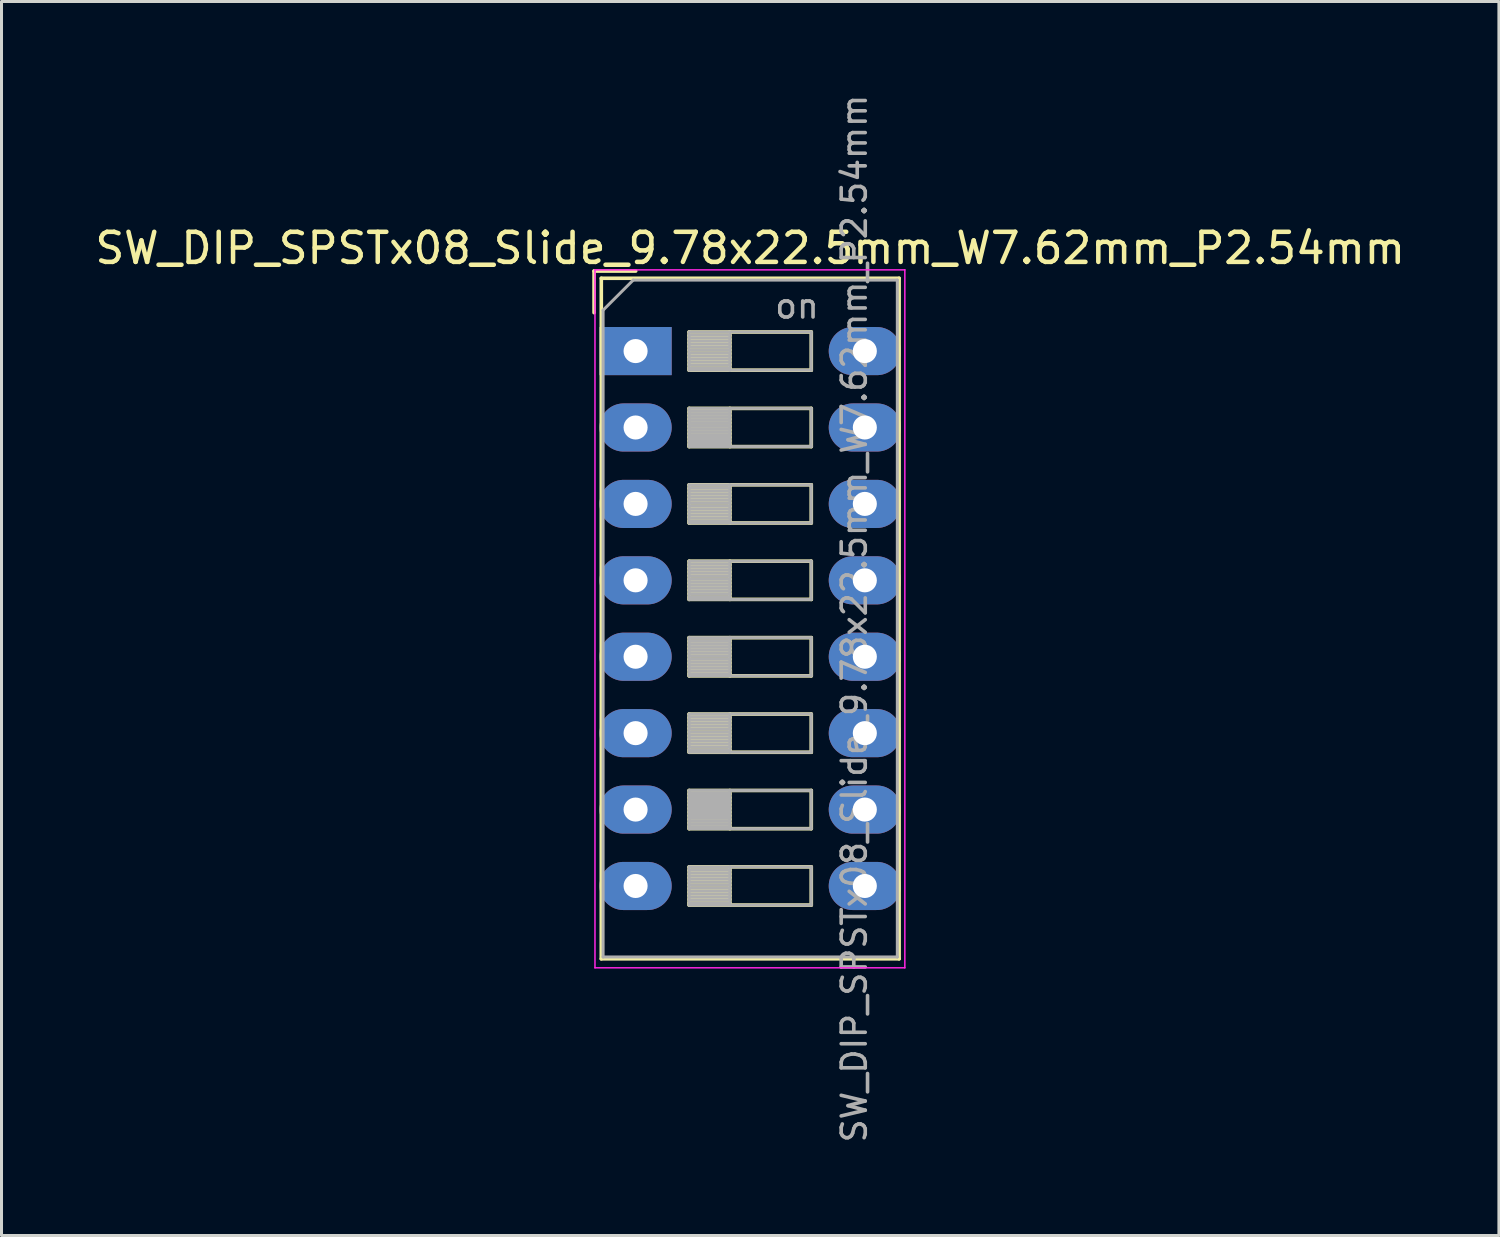
<source format=kicad_pcb>
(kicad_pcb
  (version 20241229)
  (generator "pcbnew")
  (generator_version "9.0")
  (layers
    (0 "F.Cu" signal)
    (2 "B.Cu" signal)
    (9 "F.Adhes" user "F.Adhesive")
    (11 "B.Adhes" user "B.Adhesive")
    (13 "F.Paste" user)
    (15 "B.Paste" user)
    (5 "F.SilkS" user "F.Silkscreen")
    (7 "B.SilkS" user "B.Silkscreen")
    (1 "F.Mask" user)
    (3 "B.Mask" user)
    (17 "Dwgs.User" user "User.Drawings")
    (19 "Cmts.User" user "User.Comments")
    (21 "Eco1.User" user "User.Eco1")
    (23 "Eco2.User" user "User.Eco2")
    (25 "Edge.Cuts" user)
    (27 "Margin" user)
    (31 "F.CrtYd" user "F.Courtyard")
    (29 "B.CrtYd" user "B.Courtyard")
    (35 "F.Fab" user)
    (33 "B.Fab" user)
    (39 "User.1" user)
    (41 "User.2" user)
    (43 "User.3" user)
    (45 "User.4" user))
  (footprint "SW_DIP_SPSTx08_Slide_9.78x22.5mm_W7.62mm_P2.54mm"
    (layer "F.Cu")
    (at 18.077 8.62)
    (property "Reference" "SW_DIP_SPSTx08_Slide_9.78x22.5mm_W7.62mm_P2.54mm" (at 3.81 -3.42 0) (layer "F.SilkS") (effects (font (size 1 1) (thickness 0.15))))
    (attr through_hole)
    (fp_line (start -1.38 -2.66) (end -1.38 -1.277) (stroke (width 0.12) (type solid)) (layer "F.SilkS"))
    (fp_line (start -1.38 -2.66) (end 0.004 -2.66) (stroke (width 0.12) (type solid)) (layer "F.SilkS"))
    (fp_line (start -1.14 -2.42) (end -1.14 20.201) (stroke (width 0.12) (type solid)) (layer "F.SilkS"))
    (fp_line (start -1.14 -2.42) (end 8.76 -2.42) (stroke (width 0.12) (type solid)) (layer "F.SilkS"))
    (fp_line (start -1.14 20.201) (end 8.76 20.201) (stroke (width 0.12) (type solid)) (layer "F.SilkS"))
    (fp_line (start 1.78 -0.635) (end 1.78 0.635) (stroke (width 0.12) (type solid)) (layer "F.SilkS"))
    (fp_line (start 1.78 -0.515) (end 3.133 -0.515) (stroke (width 0.12) (type solid)) (layer "F.SilkS"))
    (fp_line (start 1.78 -0.395) (end 3.133 -0.395) (stroke (width 0.12) (type solid)) (layer "F.SilkS"))
    (fp_line (start 1.78 -0.275) (end 3.133 -0.275) (stroke (width 0.12) (type solid)) (layer "F.SilkS"))
    (fp_line (start 1.78 -0.155) (end 3.133 -0.155) (stroke (width 0.12) (type solid)) (layer "F.SilkS"))
    (fp_line (start 1.78 -0.035) (end 3.133 -0.035) (stroke (width 0.12) (type solid)) (layer "F.SilkS"))
    (fp_line (start 1.78 0.085) (end 3.133 0.085) (stroke (width 0.12) (type solid)) (layer "F.SilkS"))
    (fp_line (start 1.78 0.205) (end 3.133 0.205) (stroke (width 0.12) (type solid)) (layer "F.SilkS"))
    (fp_line (start 1.78 0.325) (end 3.133 0.325) (stroke (width 0.12) (type solid)) (layer "F.SilkS"))
    (fp_line (start 1.78 0.445) (end 3.133 0.445) (stroke (width 0.12) (type solid)) (layer "F.SilkS"))
    (fp_line (start 1.78 0.565) (end 3.133 0.565) (stroke (width 0.12) (type solid)) (layer "F.SilkS"))
    (fp_line (start 1.78 0.635) (end 5.84 0.635) (stroke (width 0.12) (type solid)) (layer "F.SilkS"))
    (fp_line (start 1.78 1.905) (end 1.78 3.175) (stroke (width 0.12) (type solid)) (layer "F.SilkS"))
    (fp_line (start 1.78 2.025) (end 3.133 2.025) (stroke (width 0.12) (type solid)) (layer "F.SilkS"))
    (fp_line (start 1.78 2.145) (end 3.133 2.145) (stroke (width 0.12) (type solid)) (layer "F.SilkS"))
    (fp_line (start 1.78 2.265) (end 3.133 2.265) (stroke (width 0.12) (type solid)) (layer "F.SilkS"))
    (fp_line (start 1.78 2.385) (end 3.133 2.385) (stroke (width 0.12) (type solid)) (layer "F.SilkS"))
    (fp_line (start 1.78 2.505) (end 3.133 2.505) (stroke (width 0.12) (type solid)) (layer "F.SilkS"))
    (fp_line (start 1.78 2.625) (end 3.133 2.625) (stroke (width 0.12) (type solid)) (layer "F.SilkS"))
    (fp_line (start 1.78 2.745) (end 3.133 2.745) (stroke (width 0.12) (type solid)) (layer "F.SilkS"))
    (fp_line (start 1.78 2.865) (end 3.133 2.865) (stroke (width 0.12) (type solid)) (layer "F.SilkS"))
    (fp_line (start 1.78 2.985) (end 3.133 2.985) (stroke (width 0.12) (type solid)) (layer "F.SilkS"))
    (fp_line (start 1.78 3.105) (end 3.133 3.105) (stroke (width 0.12) (type solid)) (layer "F.SilkS"))
    (fp_line (start 1.78 3.175) (end 5.84 3.175) (stroke (width 0.12) (type solid)) (layer "F.SilkS"))
    (fp_line (start 1.78 4.445) (end 1.78 5.715) (stroke (width 0.12) (type solid)) (layer "F.SilkS"))
    (fp_line (start 1.78 4.565) (end 3.133 4.565) (stroke (width 0.12) (type solid)) (layer "F.SilkS"))
    (fp_line (start 1.78 4.685) (end 3.133 4.685) (stroke (width 0.12) (type solid)) (layer "F.SilkS"))
    (fp_line (start 1.78 4.805) (end 3.133 4.805) (stroke (width 0.12) (type solid)) (layer "F.SilkS"))
    (fp_line (start 1.78 4.925) (end 3.133 4.925) (stroke (width 0.12) (type solid)) (layer "F.SilkS"))
    (fp_line (start 1.78 5.045) (end 3.133 5.045) (stroke (width 0.12) (type solid)) (layer "F.SilkS"))
    (fp_line (start 1.78 5.165) (end 3.133 5.165) (stroke (width 0.12) (type solid)) (layer "F.SilkS"))
    (fp_line (start 1.78 5.285) (end 3.133 5.285) (stroke (width 0.12) (type solid)) (layer "F.SilkS"))
    (fp_line (start 1.78 5.405) (end 3.133 5.405) (stroke (width 0.12) (type solid)) (layer "F.SilkS"))
    (fp_line (start 1.78 5.525) (end 3.133 5.525) (stroke (width 0.12) (type solid)) (layer "F.SilkS"))
    (fp_line (start 1.78 5.645) (end 3.133 5.645) (stroke (width 0.12) (type solid)) (layer "F.SilkS"))
    (fp_line (start 1.78 5.715) (end 5.84 5.715) (stroke (width 0.12) (type solid)) (layer "F.SilkS"))
    (fp_line (start 1.78 6.985) (end 1.78 8.255) (stroke (width 0.12) (type solid)) (layer "F.SilkS"))
    (fp_line (start 1.78 7.105) (end 3.133 7.105) (stroke (width 0.12) (type solid)) (layer "F.SilkS"))
    (fp_line (start 1.78 7.225) (end 3.133 7.225) (stroke (width 0.12) (type solid)) (layer "F.SilkS"))
    (fp_line (start 1.78 7.345) (end 3.133 7.345) (stroke (width 0.12) (type solid)) (layer "F.SilkS"))
    (fp_line (start 1.78 7.465) (end 3.133 7.465) (stroke (width 0.12) (type solid)) (layer "F.SilkS"))
    (fp_line (start 1.78 7.585) (end 3.133 7.585) (stroke (width 0.12) (type solid)) (layer "F.SilkS"))
    (fp_line (start 1.78 7.705) (end 3.133 7.705) (stroke (width 0.12) (type solid)) (layer "F.SilkS"))
    (fp_line (start 1.78 7.825) (end 3.133 7.825) (stroke (width 0.12) (type solid)) (layer "F.SilkS"))
    (fp_line (start 1.78 7.945) (end 3.133 7.945) (stroke (width 0.12) (type solid)) (layer "F.SilkS"))
    (fp_line (start 1.78 8.065) (end 3.133 8.065) (stroke (width 0.12) (type solid)) (layer "F.SilkS"))
    (fp_line (start 1.78 8.185) (end 3.133 8.185) (stroke (width 0.12) (type solid)) (layer "F.SilkS"))
    (fp_line (start 1.78 8.255) (end 5.84 8.255) (stroke (width 0.12) (type solid)) (layer "F.SilkS"))
    (fp_line (start 1.78 9.525) (end 1.78 10.795) (stroke (width 0.12) (type solid)) (layer "F.SilkS"))
    (fp_line (start 1.78 9.645) (end 3.133 9.645) (stroke (width 0.12) (type solid)) (layer "F.SilkS"))
    (fp_line (start 1.78 9.765) (end 3.133 9.765) (stroke (width 0.12) (type solid)) (layer "F.SilkS"))
    (fp_line (start 1.78 9.885) (end 3.133 9.885) (stroke (width 0.12) (type solid)) (layer "F.SilkS"))
    (fp_line (start 1.78 10.005) (end 3.133 10.005) (stroke (width 0.12) (type solid)) (layer "F.SilkS"))
    (fp_line (start 1.78 10.125) (end 3.133 10.125) (stroke (width 0.12) (type solid)) (layer "F.SilkS"))
    (fp_line (start 1.78 10.245) (end 3.133 10.245) (stroke (width 0.12) (type solid)) (layer "F.SilkS"))
    (fp_line (start 1.78 10.365) (end 3.133 10.365) (stroke (width 0.12) (type solid)) (layer "F.SilkS"))
    (fp_line (start 1.78 10.485) (end 3.133 10.485) (stroke (width 0.12) (type solid)) (layer "F.SilkS"))
    (fp_line (start 1.78 10.605) (end 3.133 10.605) (stroke (width 0.12) (type solid)) (layer "F.SilkS"))
    (fp_line (start 1.78 10.725) (end 3.133 10.725) (stroke (width 0.12) (type solid)) (layer "F.SilkS"))
    (fp_line (start 1.78 10.795) (end 5.84 10.795) (stroke (width 0.12) (type solid)) (layer "F.SilkS"))
    (fp_line (start 1.78 12.065) (end 1.78 13.335) (stroke (width 0.12) (type solid)) (layer "F.SilkS"))
    (fp_line (start 1.78 12.185) (end 3.133 12.185) (stroke (width 0.12) (type solid)) (layer "F.SilkS"))
    (fp_line (start 1.78 12.305) (end 3.133 12.305) (stroke (width 0.12) (type solid)) (layer "F.SilkS"))
    (fp_line (start 1.78 12.425) (end 3.133 12.425) (stroke (width 0.12) (type solid)) (layer "F.SilkS"))
    (fp_line (start 1.78 12.545) (end 3.133 12.545) (stroke (width 0.12) (type solid)) (layer "F.SilkS"))
    (fp_line (start 1.78 12.665) (end 3.133 12.665) (stroke (width 0.12) (type solid)) (layer "F.SilkS"))
    (fp_line (start 1.78 12.785) (end 3.133 12.785) (stroke (width 0.12) (type solid)) (layer "F.SilkS"))
    (fp_line (start 1.78 12.905) (end 3.133 12.905) (stroke (width 0.12) (type solid)) (layer "F.SilkS"))
    (fp_line (start 1.78 13.025) (end 3.133 13.025) (stroke (width 0.12) (type solid)) (layer "F.SilkS"))
    (fp_line (start 1.78 13.145) (end 3.133 13.145) (stroke (width 0.12) (type solid)) (layer "F.SilkS"))
    (fp_line (start 1.78 13.265) (end 3.133 13.265) (stroke (width 0.12) (type solid)) (layer "F.SilkS"))
    (fp_line (start 1.78 13.335) (end 5.84 13.335) (stroke (width 0.12) (type solid)) (layer "F.SilkS"))
    (fp_line (start 1.78 14.605) (end 1.78 15.875) (stroke (width 0.12) (type solid)) (layer "F.SilkS"))
    (fp_line (start 1.78 14.725) (end 3.133 14.725) (stroke (width 0.12) (type solid)) (layer "F.SilkS"))
    (fp_line (start 1.78 14.845) (end 3.133 14.845) (stroke (width 0.12) (type solid)) (layer "F.SilkS"))
    (fp_line (start 1.78 14.965) (end 3.133 14.965) (stroke (width 0.12) (type solid)) (layer "F.SilkS"))
    (fp_line (start 1.78 15.085) (end 3.133 15.085) (stroke (width 0.12) (type solid)) (layer "F.SilkS"))
    (fp_line (start 1.78 15.205) (end 3.133 15.205) (stroke (width 0.12) (type solid)) (layer "F.SilkS"))
    (fp_line (start 1.78 15.325) (end 3.133 15.325) (stroke (width 0.12) (type solid)) (layer "F.SilkS"))
    (fp_line (start 1.78 15.445) (end 3.133 15.445) (stroke (width 0.12) (type solid)) (layer "F.SilkS"))
    (fp_line (start 1.78 15.565) (end 3.133 15.565) (stroke (width 0.12) (type solid)) (layer "F.SilkS"))
    (fp_line (start 1.78 15.685) (end 3.133 15.685) (stroke (width 0.12) (type solid)) (layer "F.SilkS"))
    (fp_line (start 1.78 15.805) (end 3.133 15.805) (stroke (width 0.12) (type solid)) (layer "F.SilkS"))
    (fp_line (start 1.78 15.875) (end 5.84 15.875) (stroke (width 0.12) (type solid)) (layer "F.SilkS"))
    (fp_line (start 1.78 17.145) (end 1.78 18.415) (stroke (width 0.12) (type solid)) (layer "F.SilkS"))
    (fp_line (start 1.78 17.265) (end 3.133 17.265) (stroke (width 0.12) (type solid)) (layer "F.SilkS"))
    (fp_line (start 1.78 17.385) (end 3.133 17.385) (stroke (width 0.12) (type solid)) (layer "F.SilkS"))
    (fp_line (start 1.78 17.505) (end 3.133 17.505) (stroke (width 0.12) (type solid)) (layer "F.SilkS"))
    (fp_line (start 1.78 17.625) (end 3.133 17.625) (stroke (width 0.12) (type solid)) (layer "F.SilkS"))
    (fp_line (start 1.78 17.745) (end 3.133 17.745) (stroke (width 0.12) (type solid)) (layer "F.SilkS"))
    (fp_line (start 1.78 17.865) (end 3.133 17.865) (stroke (width 0.12) (type solid)) (layer "F.SilkS"))
    (fp_line (start 1.78 17.985) (end 3.133 17.985) (stroke (width 0.12) (type solid)) (layer "F.SilkS"))
    (fp_line (start 1.78 18.105) (end 3.133 18.105) (stroke (width 0.12) (type solid)) (layer "F.SilkS"))
    (fp_line (start 1.78 18.225) (end 3.133 18.225) (stroke (width 0.12) (type solid)) (layer "F.SilkS"))
    (fp_line (start 1.78 18.345) (end 3.133 18.345) (stroke (width 0.12) (type solid)) (layer "F.SilkS"))
    (fp_line (start 1.78 18.415) (end 5.84 18.415) (stroke (width 0.12) (type solid)) (layer "F.SilkS"))
    (fp_line (start 3.133 -0.635) (end 3.133 0.635) (stroke (width 0.12) (type solid)) (layer "F.SilkS"))
    (fp_line (start 3.133 1.905) (end 3.133 3.175) (stroke (width 0.12) (type solid)) (layer "F.SilkS"))
    (fp_line (start 3.133 4.445) (end 3.133 5.715) (stroke (width 0.12) (type solid)) (layer "F.SilkS"))
    (fp_line (start 3.133 6.985) (end 3.133 8.255) (stroke (width 0.12) (type solid)) (layer "F.SilkS"))
    (fp_line (start 3.133 9.525) (end 3.133 10.795) (stroke (width 0.12) (type solid)) (layer "F.SilkS"))
    (fp_line (start 3.133 12.065) (end 3.133 13.335) (stroke (width 0.12) (type solid)) (layer "F.SilkS"))
    (fp_line (start 3.133 14.605) (end 3.133 15.875) (stroke (width 0.12) (type solid)) (layer "F.SilkS"))
    (fp_line (start 3.133 17.145) (end 3.133 18.415) (stroke (width 0.12) (type solid)) (layer "F.SilkS"))
    (fp_line (start 5.84 -0.635) (end 1.78 -0.635) (stroke (width 0.12) (type solid)) (layer "F.SilkS"))
    (fp_line (start 5.84 0.635) (end 5.84 -0.635) (stroke (width 0.12) (type solid)) (layer "F.SilkS"))
    (fp_line (start 5.84 1.905) (end 1.78 1.905) (stroke (width 0.12) (type solid)) (layer "F.SilkS"))
    (fp_line (start 5.84 3.175) (end 5.84 1.905) (stroke (width 0.12) (type solid)) (layer "F.SilkS"))
    (fp_line (start 5.84 4.445) (end 1.78 4.445) (stroke (width 0.12) (type solid)) (layer "F.SilkS"))
    (fp_line (start 5.84 5.715) (end 5.84 4.445) (stroke (width 0.12) (type solid)) (layer "F.SilkS"))
    (fp_line (start 5.84 6.985) (end 1.78 6.985) (stroke (width 0.12) (type solid)) (layer "F.SilkS"))
    (fp_line (start 5.84 8.255) (end 5.84 6.985) (stroke (width 0.12) (type solid)) (layer "F.SilkS"))
    (fp_line (start 5.84 9.525) (end 1.78 9.525) (stroke (width 0.12) (type solid)) (layer "F.SilkS"))
    (fp_line (start 5.84 10.795) (end 5.84 9.525) (stroke (width 0.12) (type solid)) (layer "F.SilkS"))
    (fp_line (start 5.84 12.065) (end 1.78 12.065) (stroke (width 0.12) (type solid)) (layer "F.SilkS"))
    (fp_line (start 5.84 13.335) (end 5.84 12.065) (stroke (width 0.12) (type solid)) (layer "F.SilkS"))
    (fp_line (start 5.84 14.605) (end 1.78 14.605) (stroke (width 0.12) (type solid)) (layer "F.SilkS"))
    (fp_line (start 5.84 15.875) (end 5.84 14.605) (stroke (width 0.12) (type solid)) (layer "F.SilkS"))
    (fp_line (start 5.84 17.145) (end 1.78 17.145) (stroke (width 0.12) (type solid)) (layer "F.SilkS"))
    (fp_line (start 5.84 18.415) (end 5.84 17.145) (stroke (width 0.12) (type solid)) (layer "F.SilkS"))
    (fp_line (start 8.76 -2.42) (end 8.76 20.201) (stroke (width 0.12) (type solid)) (layer "F.SilkS"))
    (fp_line (start -1.35 -2.7) (end -1.35 20.5) (stroke (width 0.05) (type solid)) (layer "F.CrtYd"))
    (fp_line (start -1.35 20.5) (end 8.95 20.5) (stroke (width 0.05) (type solid)) (layer "F.CrtYd"))
    (fp_line (start 8.95 -2.7) (end -1.35 -2.7) (stroke (width 0.05) (type solid)) (layer "F.CrtYd"))
    (fp_line (start 8.95 20.5) (end 8.95 -2.7) (stroke (width 0.05) (type solid)) (layer "F.CrtYd"))
    (fp_line (start -1.08 -1.36) (end -0.08 -2.36) (stroke (width 0.1) (type solid)) (layer "F.Fab"))
    (fp_line (start -1.08 20.14) (end -1.08 -1.36) (stroke (width 0.1) (type solid)) (layer "F.Fab"))
    (fp_line (start -0.08 -2.36) (end 8.7 -2.36) (stroke (width 0.1) (type solid)) (layer "F.Fab"))
    (fp_line (start 1.78 -0.635) (end 1.78 0.635) (stroke (width 0.1) (type solid)) (layer "F.Fab"))
    (fp_line (start 1.78 -0.535) (end 3.133 -0.535) (stroke (width 0.1) (type solid)) (layer "F.Fab"))
    (fp_line (start 1.78 -0.435) (end 3.133 -0.435) (stroke (width 0.1) (type solid)) (layer "F.Fab"))
    (fp_line (start 1.78 -0.335) (end 3.133 -0.335) (stroke (width 0.1) (type solid)) (layer "F.Fab"))
    (fp_line (start 1.78 -0.235) (end 3.133 -0.235) (stroke (width 0.1) (type solid)) (layer "F.Fab"))
    (fp_line (start 1.78 -0.135) (end 3.133 -0.135) (stroke (width 0.1) (type solid)) (layer "F.Fab"))
    (fp_line (start 1.78 -0.035) (end 3.133 -0.035) (stroke (width 0.1) (type solid)) (layer "F.Fab"))
    (fp_line (start 1.78 0.065) (end 3.133 0.065) (stroke (width 0.1) (type solid)) (layer "F.Fab"))
    (fp_line (start 1.78 0.165) (end 3.133 0.165) (stroke (width 0.1) (type solid)) (layer "F.Fab"))
    (fp_line (start 1.78 0.265) (end 3.133 0.265) (stroke (width 0.1) (type solid)) (layer "F.Fab"))
    (fp_line (start 1.78 0.365) (end 3.133 0.365) (stroke (width 0.1) (type solid)) (layer "F.Fab"))
    (fp_line (start 1.78 0.465) (end 3.133 0.465) (stroke (width 0.1) (type solid)) (layer "F.Fab"))
    (fp_line (start 1.78 0.565) (end 3.133 0.565) (stroke (width 0.1) (type solid)) (layer "F.Fab"))
    (fp_line (start 1.78 0.635) (end 5.84 0.635) (stroke (width 0.1) (type solid)) (layer "F.Fab"))
    (fp_line (start 1.78 1.905) (end 1.78 3.175) (stroke (width 0.1) (type solid)) (layer "F.Fab"))
    (fp_line (start 1.78 2.005) (end 3.133 2.005) (stroke (width 0.1) (type solid)) (layer "F.Fab"))
    (fp_line (start 1.78 2.105) (end 3.133 2.105) (stroke (width 0.1) (type solid)) (layer "F.Fab"))
    (fp_line (start 1.78 2.205) (end 3.133 2.205) (stroke (width 0.1) (type solid)) (layer "F.Fab"))
    (fp_line (start 1.78 2.305) (end 3.133 2.305) (stroke (width 0.1) (type solid)) (layer "F.Fab"))
    (fp_line (start 1.78 2.405) (end 3.133 2.405) (stroke (width 0.1) (type solid)) (layer "F.Fab"))
    (fp_line (start 1.78 2.505) (end 3.133 2.505) (stroke (width 0.1) (type solid)) (layer "F.Fab"))
    (fp_line (start 1.78 2.605) (end 3.133 2.605) (stroke (width 0.1) (type solid)) (layer "F.Fab"))
    (fp_line (start 1.78 2.705) (end 3.133 2.705) (stroke (width 0.1) (type solid)) (layer "F.Fab"))
    (fp_line (start 1.78 2.805) (end 3.133 2.805) (stroke (width 0.1) (type solid)) (layer "F.Fab"))
    (fp_line (start 1.78 2.905) (end 3.133 2.905) (stroke (width 0.1) (type solid)) (layer "F.Fab"))
    (fp_line (start 1.78 3.005) (end 3.133 3.005) (stroke (width 0.1) (type solid)) (layer "F.Fab"))
    (fp_line (start 1.78 3.105) (end 3.133 3.105) (stroke (width 0.1) (type solid)) (layer "F.Fab"))
    (fp_line (start 1.78 3.175) (end 5.84 3.175) (stroke (width 0.1) (type solid)) (layer "F.Fab"))
    (fp_line (start 1.78 4.445) (end 1.78 5.715) (stroke (width 0.1) (type solid)) (layer "F.Fab"))
    (fp_line (start 1.78 4.545) (end 3.133 4.545) (stroke (width 0.1) (type solid)) (layer "F.Fab"))
    (fp_line (start 1.78 4.645) (end 3.133 4.645) (stroke (width 0.1) (type solid)) (layer "F.Fab"))
    (fp_line (start 1.78 4.745) (end 3.133 4.745) (stroke (width 0.1) (type solid)) (layer "F.Fab"))
    (fp_line (start 1.78 4.845) (end 3.133 4.845) (stroke (width 0.1) (type solid)) (layer "F.Fab"))
    (fp_line (start 1.78 4.945) (end 3.133 4.945) (stroke (width 0.1) (type solid)) (layer "F.Fab"))
    (fp_line (start 1.78 5.045) (end 3.133 5.045) (stroke (width 0.1) (type solid)) (layer "F.Fab"))
    (fp_line (start 1.78 5.145) (end 3.133 5.145) (stroke (width 0.1) (type solid)) (layer "F.Fab"))
    (fp_line (start 1.78 5.245) (end 3.133 5.245) (stroke (width 0.1) (type solid)) (layer "F.Fab"))
    (fp_line (start 1.78 5.345) (end 3.133 5.345) (stroke (width 0.1) (type solid)) (layer "F.Fab"))
    (fp_line (start 1.78 5.445) (end 3.133 5.445) (stroke (width 0.1) (type solid)) (layer "F.Fab"))
    (fp_line (start 1.78 5.545) (end 3.133 5.545) (stroke (width 0.1) (type solid)) (layer "F.Fab"))
    (fp_line (start 1.78 5.645) (end 3.133 5.645) (stroke (width 0.1) (type solid)) (layer "F.Fab"))
    (fp_line (start 1.78 5.715) (end 5.84 5.715) (stroke (width 0.1) (type solid)) (layer "F.Fab"))
    (fp_line (start 1.78 6.985) (end 1.78 8.255) (stroke (width 0.1) (type solid)) (layer "F.Fab"))
    (fp_line (start 1.78 7.085) (end 3.133 7.085) (stroke (width 0.1) (type solid)) (layer "F.Fab"))
    (fp_line (start 1.78 7.185) (end 3.133 7.185) (stroke (width 0.1) (type solid)) (layer "F.Fab"))
    (fp_line (start 1.78 7.285) (end 3.133 7.285) (stroke (width 0.1) (type solid)) (layer "F.Fab"))
    (fp_line (start 1.78 7.385) (end 3.133 7.385) (stroke (width 0.1) (type solid)) (layer "F.Fab"))
    (fp_line (start 1.78 7.485) (end 3.133 7.485) (stroke (width 0.1) (type solid)) (layer "F.Fab"))
    (fp_line (start 1.78 7.585) (end 3.133 7.585) (stroke (width 0.1) (type solid)) (layer "F.Fab"))
    (fp_line (start 1.78 7.685) (end 3.133 7.685) (stroke (width 0.1) (type solid)) (layer "F.Fab"))
    (fp_line (start 1.78 7.785) (end 3.133 7.785) (stroke (width 0.1) (type solid)) (layer "F.Fab"))
    (fp_line (start 1.78 7.885) (end 3.133 7.885) (stroke (width 0.1) (type solid)) (layer "F.Fab"))
    (fp_line (start 1.78 7.985) (end 3.133 7.985) (stroke (width 0.1) (type solid)) (layer "F.Fab"))
    (fp_line (start 1.78 8.085) (end 3.133 8.085) (stroke (width 0.1) (type solid)) (layer "F.Fab"))
    (fp_line (start 1.78 8.185) (end 3.133 8.185) (stroke (width 0.1) (type solid)) (layer "F.Fab"))
    (fp_line (start 1.78 8.255) (end 5.84 8.255) (stroke (width 0.1) (type solid)) (layer "F.Fab"))
    (fp_line (start 1.78 9.525) (end 1.78 10.795) (stroke (width 0.1) (type solid)) (layer "F.Fab"))
    (fp_line (start 1.78 9.625) (end 3.133 9.625) (stroke (width 0.1) (type solid)) (layer "F.Fab"))
    (fp_line (start 1.78 9.725) (end 3.133 9.725) (stroke (width 0.1) (type solid)) (layer "F.Fab"))
    (fp_line (start 1.78 9.825) (end 3.133 9.825) (stroke (width 0.1) (type solid)) (layer "F.Fab"))
    (fp_line (start 1.78 9.925) (end 3.133 9.925) (stroke (width 0.1) (type solid)) (layer "F.Fab"))
    (fp_line (start 1.78 10.025) (end 3.133 10.025) (stroke (width 0.1) (type solid)) (layer "F.Fab"))
    (fp_line (start 1.78 10.125) (end 3.133 10.125) (stroke (width 0.1) (type solid)) (layer "F.Fab"))
    (fp_line (start 1.78 10.225) (end 3.133 10.225) (stroke (width 0.1) (type solid)) (layer "F.Fab"))
    (fp_line (start 1.78 10.325) (end 3.133 10.325) (stroke (width 0.1) (type solid)) (layer "F.Fab"))
    (fp_line (start 1.78 10.425) (end 3.133 10.425) (stroke (width 0.1) (type solid)) (layer "F.Fab"))
    (fp_line (start 1.78 10.525) (end 3.133 10.525) (stroke (width 0.1) (type solid)) (layer "F.Fab"))
    (fp_line (start 1.78 10.625) (end 3.133 10.625) (stroke (width 0.1) (type solid)) (layer "F.Fab"))
    (fp_line (start 1.78 10.725) (end 3.133 10.725) (stroke (width 0.1) (type solid)) (layer "F.Fab"))
    (fp_line (start 1.78 10.795) (end 5.84 10.795) (stroke (width 0.1) (type solid)) (layer "F.Fab"))
    (fp_line (start 1.78 12.065) (end 1.78 13.335) (stroke (width 0.1) (type solid)) (layer "F.Fab"))
    (fp_line (start 1.78 12.165) (end 3.133 12.165) (stroke (width 0.1) (type solid)) (layer "F.Fab"))
    (fp_line (start 1.78 12.265) (end 3.133 12.265) (stroke (width 0.1) (type solid)) (layer "F.Fab"))
    (fp_line (start 1.78 12.365) (end 3.133 12.365) (stroke (width 0.1) (type solid)) (layer "F.Fab"))
    (fp_line (start 1.78 12.465) (end 3.133 12.465) (stroke (width 0.1) (type solid)) (layer "F.Fab"))
    (fp_line (start 1.78 12.565) (end 3.133 12.565) (stroke (width 0.1) (type solid)) (layer "F.Fab"))
    (fp_line (start 1.78 12.665) (end 3.133 12.665) (stroke (width 0.1) (type solid)) (layer "F.Fab"))
    (fp_line (start 1.78 12.765) (end 3.133 12.765) (stroke (width 0.1) (type solid)) (layer "F.Fab"))
    (fp_line (start 1.78 12.865) (end 3.133 12.865) (stroke (width 0.1) (type solid)) (layer "F.Fab"))
    (fp_line (start 1.78 12.965) (end 3.133 12.965) (stroke (width 0.1) (type solid)) (layer "F.Fab"))
    (fp_line (start 1.78 13.065) (end 3.133 13.065) (stroke (width 0.1) (type solid)) (layer "F.Fab"))
    (fp_line (start 1.78 13.165) (end 3.133 13.165) (stroke (width 0.1) (type solid)) (layer "F.Fab"))
    (fp_line (start 1.78 13.265) (end 3.133 13.265) (stroke (width 0.1) (type solid)) (layer "F.Fab"))
    (fp_line (start 1.78 13.335) (end 5.84 13.335) (stroke (width 0.1) (type solid)) (layer "F.Fab"))
    (fp_line (start 1.78 14.605) (end 1.78 15.875) (stroke (width 0.1) (type solid)) (layer "F.Fab"))
    (fp_line (start 1.78 14.705) (end 3.133 14.705) (stroke (width 0.1) (type solid)) (layer "F.Fab"))
    (fp_line (start 1.78 14.805) (end 3.133 14.805) (stroke (width 0.1) (type solid)) (layer "F.Fab"))
    (fp_line (start 1.78 14.905) (end 3.133 14.905) (stroke (width 0.1) (type solid)) (layer "F.Fab"))
    (fp_line (start 1.78 15.005) (end 3.133 15.005) (stroke (width 0.1) (type solid)) (layer "F.Fab"))
    (fp_line (start 1.78 15.105) (end 3.133 15.105) (stroke (width 0.1) (type solid)) (layer "F.Fab"))
    (fp_line (start 1.78 15.205) (end 3.133 15.205) (stroke (width 0.1) (type solid)) (layer "F.Fab"))
    (fp_line (start 1.78 15.305) (end 3.133 15.305) (stroke (width 0.1) (type solid)) (layer "F.Fab"))
    (fp_line (start 1.78 15.405) (end 3.133 15.405) (stroke (width 0.1) (type solid)) (layer "F.Fab"))
    (fp_line (start 1.78 15.505) (end 3.133 15.505) (stroke (width 0.1) (type solid)) (layer "F.Fab"))
    (fp_line (start 1.78 15.605) (end 3.133 15.605) (stroke (width 0.1) (type solid)) (layer "F.Fab"))
    (fp_line (start 1.78 15.705) (end 3.133 15.705) (stroke (width 0.1) (type solid)) (layer "F.Fab"))
    (fp_line (start 1.78 15.805) (end 3.133 15.805) (stroke (width 0.1) (type solid)) (layer "F.Fab"))
    (fp_line (start 1.78 15.875) (end 5.84 15.875) (stroke (width 0.1) (type solid)) (layer "F.Fab"))
    (fp_line (start 1.78 17.145) (end 1.78 18.415) (stroke (width 0.1) (type solid)) (layer "F.Fab"))
    (fp_line (start 1.78 17.245) (end 3.133 17.245) (stroke (width 0.1) (type solid)) (layer "F.Fab"))
    (fp_line (start 1.78 17.345) (end 3.133 17.345) (stroke (width 0.1) (type solid)) (layer "F.Fab"))
    (fp_line (start 1.78 17.445) (end 3.133 17.445) (stroke (width 0.1) (type solid)) (layer "F.Fab"))
    (fp_line (start 1.78 17.545) (end 3.133 17.545) (stroke (width 0.1) (type solid)) (layer "F.Fab"))
    (fp_line (start 1.78 17.645) (end 3.133 17.645) (stroke (width 0.1) (type solid)) (layer "F.Fab"))
    (fp_line (start 1.78 17.745) (end 3.133 17.745) (stroke (width 0.1) (type solid)) (layer "F.Fab"))
    (fp_line (start 1.78 17.845) (end 3.133 17.845) (stroke (width 0.1) (type solid)) (layer "F.Fab"))
    (fp_line (start 1.78 17.945) (end 3.133 17.945) (stroke (width 0.1) (type solid)) (layer "F.Fab"))
    (fp_line (start 1.78 18.045) (end 3.133 18.045) (stroke (width 0.1) (type solid)) (layer "F.Fab"))
    (fp_line (start 1.78 18.145) (end 3.133 18.145) (stroke (width 0.1) (type solid)) (layer "F.Fab"))
    (fp_line (start 1.78 18.245) (end 3.133 18.245) (stroke (width 0.1) (type solid)) (layer "F.Fab"))
    (fp_line (start 1.78 18.345) (end 3.133 18.345) (stroke (width 0.1) (type solid)) (layer "F.Fab"))
    (fp_line (start 1.78 18.415) (end 5.84 18.415) (stroke (width 0.1) (type solid)) (layer "F.Fab"))
    (fp_line (start 3.133 -0.635) (end 3.133 0.635) (stroke (width 0.1) (type solid)) (layer "F.Fab"))
    (fp_line (start 3.133 1.905) (end 3.133 3.175) (stroke (width 0.1) (type solid)) (layer "F.Fab"))
    (fp_line (start 3.133 4.445) (end 3.133 5.715) (stroke (width 0.1) (type solid)) (layer "F.Fab"))
    (fp_line (start 3.133 6.985) (end 3.133 8.255) (stroke (width 0.1) (type solid)) (layer "F.Fab"))
    (fp_line (start 3.133 9.525) (end 3.133 10.795) (stroke (width 0.1) (type solid)) (layer "F.Fab"))
    (fp_line (start 3.133 12.065) (end 3.133 13.335) (stroke (width 0.1) (type solid)) (layer "F.Fab"))
    (fp_line (start 3.133 14.605) (end 3.133 15.875) (stroke (width 0.1) (type solid)) (layer "F.Fab"))
    (fp_line (start 3.133 17.145) (end 3.133 18.415) (stroke (width 0.1) (type solid)) (layer "F.Fab"))
    (fp_line (start 5.84 -0.635) (end 1.78 -0.635) (stroke (width 0.1) (type solid)) (layer "F.Fab"))
    (fp_line (start 5.84 0.635) (end 5.84 -0.635) (stroke (width 0.1) (type solid)) (layer "F.Fab"))
    (fp_line (start 5.84 1.905) (end 1.78 1.905) (stroke (width 0.1) (type solid)) (layer "F.Fab"))
    (fp_line (start 5.84 3.175) (end 5.84 1.905) (stroke (width 0.1) (type solid)) (layer "F.Fab"))
    (fp_line (start 5.84 4.445) (end 1.78 4.445) (stroke (width 0.1) (type solid)) (layer "F.Fab"))
    (fp_line (start 5.84 5.715) (end 5.84 4.445) (stroke (width 0.1) (type solid)) (layer "F.Fab"))
    (fp_line (start 5.84 6.985) (end 1.78 6.985) (stroke (width 0.1) (type solid)) (layer "F.Fab"))
    (fp_line (start 5.84 8.255) (end 5.84 6.985) (stroke (width 0.1) (type solid)) (layer "F.Fab"))
    (fp_line (start 5.84 9.525) (end 1.78 9.525) (stroke (width 0.1) (type solid)) (layer "F.Fab"))
    (fp_line (start 5.84 10.795) (end 5.84 9.525) (stroke (width 0.1) (type solid)) (layer "F.Fab"))
    (fp_line (start 5.84 12.065) (end 1.78 12.065) (stroke (width 0.1) (type solid)) (layer "F.Fab"))
    (fp_line (start 5.84 13.335) (end 5.84 12.065) (stroke (width 0.1) (type solid)) (layer "F.Fab"))
    (fp_line (start 5.84 14.605) (end 1.78 14.605) (stroke (width 0.1) (type solid)) (layer "F.Fab"))
    (fp_line (start 5.84 15.875) (end 5.84 14.605) (stroke (width 0.1) (type solid)) (layer "F.Fab"))
    (fp_line (start 5.84 17.145) (end 1.78 17.145) (stroke (width 0.1) (type solid)) (layer "F.Fab"))
    (fp_line (start 5.84 18.415) (end 5.84 17.145) (stroke (width 0.1) (type solid)) (layer "F.Fab"))
    (fp_line (start 8.7 -2.36) (end 8.7 20.14) (stroke (width 0.1) (type solid)) (layer "F.Fab"))
    (fp_line (start 8.7 20.14) (end -1.08 20.14) (stroke (width 0.1) (type solid)) (layer "F.Fab"))
    (fp_text user "on" (at 5.365 -1.498 0) (layer "F.Fab") (effects (font (size 0.8 0.8) (thickness 0.12))))
    (fp_text user "${REFERENCE}" (at 7.27 8.89 90) (layer "F.Fab") (effects (font (size 0.8 0.8) (thickness 0.12))))
    (pad "1" thru_hole rect (at 0 0) (size 2.4 1.6) (drill 0.8) (layers "*.Cu" "*.Mask"))
    (pad "2" thru_hole oval (at 0 2.54) (size 2.4 1.6) (drill 0.8) (layers "*.Cu" "*.Mask"))
    (pad "3" thru_hole oval (at 0 5.08) (size 2.4 1.6) (drill 0.8) (layers "*.Cu" "*.Mask"))
    (pad "4" thru_hole oval (at 0 7.62) (size 2.4 1.6) (drill 0.8) (layers "*.Cu" "*.Mask"))
    (pad "5" thru_hole oval (at 0 10.16) (size 2.4 1.6) (drill 0.8) (layers "*.Cu" "*.Mask"))
    (pad "6" thru_hole oval (at 0 12.7) (size 2.4 1.6) (drill 0.8) (layers "*.Cu" "*.Mask"))
    (pad "7" thru_hole oval (at 0 15.24) (size 2.4 1.6) (drill 0.8) (layers "*.Cu" "*.Mask"))
    (pad "8" thru_hole oval (at 0 17.78) (size 2.4 1.6) (drill 0.8) (layers "*.Cu" "*.Mask"))
    (pad "9" thru_hole oval (at 7.62 17.78) (size 2.4 1.6) (drill 0.8) (layers "*.Cu" "*.Mask"))
    (pad "10" thru_hole oval (at 7.62 15.24) (size 2.4 1.6) (drill 0.8) (layers "*.Cu" "*.Mask"))
    (pad "11" thru_hole oval (at 7.62 12.7) (size 2.4 1.6) (drill 0.8) (layers "*.Cu" "*.Mask"))
    (pad "12" thru_hole oval (at 7.62 10.16) (size 2.4 1.6) (drill 0.8) (layers "*.Cu" "*.Mask"))
    (pad "13" thru_hole oval (at 7.62 7.62) (size 2.4 1.6) (drill 0.8) (layers "*.Cu" "*.Mask"))
    (pad "14" thru_hole oval (at 7.62 5.08) (size 2.4 1.6) (drill 0.8) (layers "*.Cu" "*.Mask"))
    (pad "15" thru_hole oval (at 7.62 2.54) (size 2.4 1.6) (drill 0.8) (layers "*.Cu" "*.Mask"))
    (pad "16" thru_hole oval (at 7.62 0) (size 2.4 1.6) (drill 0.8) (layers "*.Cu" "*.Mask")))
  (gr_rect
    (start -3 -3)
    (end 46.774 38.019)
    (stroke (width 0.1) (type default))
    (fill no)
    (layer "Edge.Cuts")))
</source>
